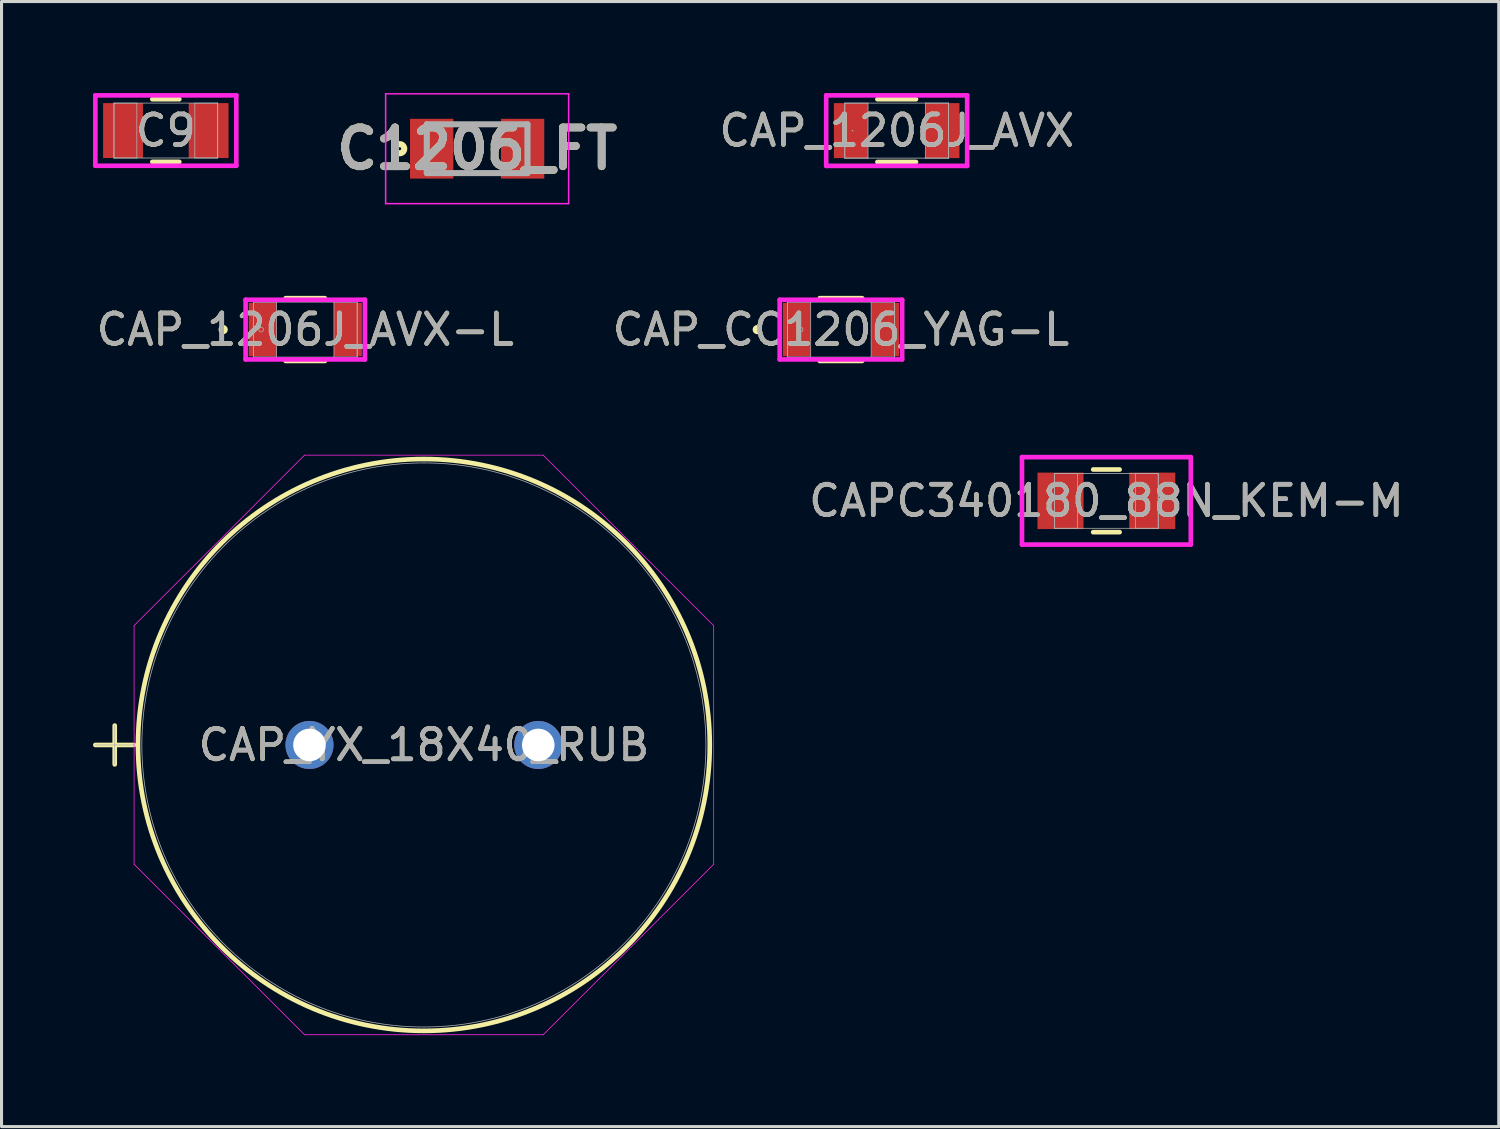
<source format=kicad_pcb>
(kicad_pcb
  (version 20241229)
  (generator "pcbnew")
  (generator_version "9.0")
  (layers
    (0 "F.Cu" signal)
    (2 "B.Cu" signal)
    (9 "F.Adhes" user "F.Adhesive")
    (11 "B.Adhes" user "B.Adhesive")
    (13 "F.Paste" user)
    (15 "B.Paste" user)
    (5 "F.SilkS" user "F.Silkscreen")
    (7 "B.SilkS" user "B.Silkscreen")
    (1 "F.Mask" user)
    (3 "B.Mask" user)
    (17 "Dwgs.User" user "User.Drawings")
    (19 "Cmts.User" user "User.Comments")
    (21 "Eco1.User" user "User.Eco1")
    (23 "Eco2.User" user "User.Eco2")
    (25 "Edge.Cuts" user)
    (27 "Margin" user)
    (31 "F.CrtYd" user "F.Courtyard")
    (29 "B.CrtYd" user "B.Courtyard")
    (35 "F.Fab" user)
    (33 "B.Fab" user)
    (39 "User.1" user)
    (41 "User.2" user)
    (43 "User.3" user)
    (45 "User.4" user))
  (footprint "CAP_CC1206_YAG-L"
    (layer "F.Cu")
    (at 24.518 7.755)
    (property "Reference" "CAP_CC1206_YAG-L" (at 0 0 0) (unlocked yes) (layer "F.SilkS") (effects (font (size 1 1) (thickness 0.15))))
    (attr smd)
    (fp_line (start -0.695 1.029) (end 0.695 1.029) (stroke (width 0.152) (type solid)) (layer "F.SilkS"))
    (fp_line (start 0.695 -1.029) (end -0.695 -1.029) (stroke (width 0.152) (type solid)) (layer "F.SilkS"))
    (fp_circle (center -2.743 0) (end -2.667 0) (stroke (width 0.152) (type solid)) (fill no) (layer "F.SilkS"))
    (fp_line (start -2.007 -0.978) (end 2.007 -0.978) (stroke (width 0.152) (type solid)) (layer "F.CrtYd"))
    (fp_line (start -2.007 0.978) (end -2.007 -0.978) (stroke (width 0.152) (type solid)) (layer "F.CrtYd"))
    (fp_line (start 2.007 -0.978) (end 2.007 0.978) (stroke (width 0.152) (type solid)) (layer "F.CrtYd"))
    (fp_line (start 2.007 0.978) (end -2.007 0.978) (stroke (width 0.152) (type solid)) (layer "F.CrtYd"))
    (fp_line (start -1.753 -0.902) (end -1.753 0.902) (stroke (width 0.025) (type solid)) (layer "F.Fab"))
    (fp_line (start -1.753 -0.902) (end -1.753 0.902) (stroke (width 0.025) (type solid)) (layer "F.Fab"))
    (fp_line (start -1.753 0.902) (end -0.991 0.902) (stroke (width 0.025) (type solid)) (layer "F.Fab"))
    (fp_line (start -1.753 0.902) (end 1.753 0.902) (stroke (width 0.025) (type solid)) (layer "F.Fab"))
    (fp_line (start -0.991 -0.902) (end -1.753 -0.902) (stroke (width 0.025) (type solid)) (layer "F.Fab"))
    (fp_line (start -0.991 0.902) (end -0.991 -0.902) (stroke (width 0.025) (type solid)) (layer "F.Fab"))
    (fp_line (start 0.991 -0.902) (end 0.991 0.902) (stroke (width 0.025) (type solid)) (layer "F.Fab"))
    (fp_line (start 0.991 0.902) (end 1.753 0.902) (stroke (width 0.025) (type solid)) (layer "F.Fab"))
    (fp_line (start 1.753 -0.902) (end -1.753 -0.902) (stroke (width 0.025) (type solid)) (layer "F.Fab"))
    (fp_line (start 1.753 -0.902) (end 0.991 -0.902) (stroke (width 0.025) (type solid)) (layer "F.Fab"))
    (fp_line (start 1.753 0.902) (end 1.753 -0.902) (stroke (width 0.025) (type solid)) (layer "F.Fab"))
    (fp_line (start 1.753 0.902) (end 1.753 -0.902) (stroke (width 0.025) (type solid)) (layer "F.Fab"))
    (fp_circle (center -1.321 0) (end -1.245 0) (stroke (width 0.025) (type solid)) (fill no) (layer "F.Fab"))
    (fp_text user "${REFERENCE}" (at 0 0 0) (unlocked yes) (layer "F.Fab") (effects (font (size 1 1) (thickness 0.15))))
    (pad "1" smd rect (at -1.448 0) (size 0.914 1.753) (layers "F.Cu" "F.Mask" "F.Paste"))
    (pad "2" smd rect (at 1.448 0) (size 0.914 1.753) (layers "F.Cu" "F.Mask" "F.Paste"))
    (zone (net_name "") (layer "F.Cu") (hatch full 0.508) (connect_pads) (min_thickness 0.254) (filled_areas_thickness no) (keepout (tracks not_allowed) (vias not_allowed) (pads allowed) (copperpour not_allowed) (footprints allowed)) (placement (enabled no)) (fill) (polygon (pts (xy 23.578 6.904) (xy 25.458 6.904) (xy 25.458 8.606) (xy 23.578 8.606)))))
  (footprint "CAPC340180_88N_KEM-M"
    (layer "F.Cu")
    (at 33.221 13.369)
    (property "Reference" "CAPC340180_88N_KEM-M" (at 0 0 0) (unlocked yes) (layer "F.SilkS") (effects (font (size 1 1) (thickness 0.15))))
    (attr smd)
    (fp_line (start -0.433 1.027) (end 0.433 1.027) (stroke (width 0.152) (type solid)) (layer "F.SilkS"))
    (fp_line (start 0.433 -1.027) (end -0.433 -1.027) (stroke (width 0.152) (type solid)) (layer "F.SilkS"))
    (fp_line (start -2.767 -1.433) (end 2.767 -1.433) (stroke (width 0.152) (type solid)) (layer "F.CrtYd"))
    (fp_line (start -2.767 1.433) (end -2.767 -1.433) (stroke (width 0.152) (type solid)) (layer "F.CrtYd"))
    (fp_line (start 2.767 -1.433) (end 2.767 1.433) (stroke (width 0.152) (type solid)) (layer "F.CrtYd"))
    (fp_line (start 2.767 1.433) (end -2.767 1.433) (stroke (width 0.152) (type solid)) (layer "F.CrtYd"))
    (fp_line (start -1.7 -0.9) (end -1.7 0.9) (stroke (width 0.025) (type solid)) (layer "F.Fab"))
    (fp_line (start -1.7 -0.9) (end -1.7 0.9) (stroke (width 0.025) (type solid)) (layer "F.Fab"))
    (fp_line (start -1.7 0.9) (end -0.95 0.9) (stroke (width 0.025) (type solid)) (layer "F.Fab"))
    (fp_line (start -1.7 0.9) (end 1.7 0.9) (stroke (width 0.025) (type solid)) (layer "F.Fab"))
    (fp_line (start -0.95 -0.9) (end -1.7 -0.9) (stroke (width 0.025) (type solid)) (layer "F.Fab"))
    (fp_line (start -0.95 0.9) (end -0.95 -0.9) (stroke (width 0.025) (type solid)) (layer "F.Fab"))
    (fp_line (start 0.95 -0.9) (end 0.95 0.9) (stroke (width 0.025) (type solid)) (layer "F.Fab"))
    (fp_line (start 0.95 0.9) (end 1.7 0.9) (stroke (width 0.025) (type solid)) (layer "F.Fab"))
    (fp_line (start 1.7 -0.9) (end -1.7 -0.9) (stroke (width 0.025) (type solid)) (layer "F.Fab"))
    (fp_line (start 1.7 -0.9) (end 0.95 -0.9) (stroke (width 0.025) (type solid)) (layer "F.Fab"))
    (fp_line (start 1.7 0.9) (end 1.7 -0.9) (stroke (width 0.025) (type solid)) (layer "F.Fab"))
    (fp_line (start 1.7 0.9) (end 1.7 -0.9) (stroke (width 0.025) (type solid)) (layer "F.Fab"))
    (fp_text user "${REFERENCE}" (at 0 0 0) (unlocked yes) (layer "F.Fab") (effects (font (size 1 1) (thickness 0.15))))
    (pad "1" smd rect (at -1.504 0) (size 1.509 1.851) (layers "F.Cu" "F.Mask" "F.Paste"))
    (pad "2" smd rect (at 1.504 0) (size 1.509 1.851) (layers "F.Cu" "F.Mask" "F.Paste"))
    (zone (net_name "") (layer "F.Cu") (hatch full 0.508) (connect_pads) (min_thickness 0.254) (filled_areas_thickness no) (keepout (tracks not_allowed) (vias not_allowed) (pads allowed) (copperpour not_allowed) (footprints allowed)) (placement (enabled no)) (fill) (polygon (pts (xy 32.522 12.52) (xy 33.92 12.52) (xy 33.92 14.219) (xy 32.522 14.219)))))
  (footprint "CAP_YX_18X40_RUB"
    (layer "F.Cu")
    (at 7.096 21.372)
    (property "Reference" "CAP_YX_18X40_RUB" (at 3.75 0 0) (unlocked yes) (layer "F.SilkS") (effects (font (size 1 1) (thickness 0.15))))
    (attr through_hole)
    (fp_line (start -7.02 0) (end -5.75 0) (stroke (width 0.152) (type solid)) (layer "F.SilkS"))
    (fp_line (start -6.385 -0.635) (end -6.385 0.635) (stroke (width 0.152) (type solid)) (layer "F.SilkS"))
    (fp_circle (center 3.75 0) (end 13.123 0) (stroke (width 0.152) (type solid)) (fill no) (layer "F.SilkS"))
    (fp_line (start -5.75 -3.912) (end -0.162 -9.5) (stroke (width 0.025) (type solid)) (layer "F.CrtYd"))
    (fp_line (start -5.75 3.912) (end -5.75 -3.912) (stroke (width 0.025) (type solid)) (layer "F.CrtYd"))
    (fp_line (start -0.162 -9.5) (end 7.662 -9.5) (stroke (width 0.025) (type solid)) (layer "F.CrtYd"))
    (fp_line (start -0.162 9.5) (end -5.75 3.912) (stroke (width 0.025) (type solid)) (layer "F.CrtYd"))
    (fp_line (start 7.662 -9.5) (end 13.25 -3.912) (stroke (width 0.025) (type solid)) (layer "F.CrtYd"))
    (fp_line (start 7.662 9.5) (end -0.162 9.5) (stroke (width 0.025) (type solid)) (layer "F.CrtYd"))
    (fp_line (start 13.25 -3.912) (end 13.25 3.912) (stroke (width 0.025) (type solid)) (layer "F.CrtYd"))
    (fp_line (start 13.25 3.912) (end 7.662 9.5) (stroke (width 0.025) (type solid)) (layer "F.CrtYd"))
    (fp_line (start -7.02 0) (end -5.75 0) (stroke (width 0.025) (type solid)) (layer "F.Fab"))
    (fp_line (start -6.385 -0.635) (end -6.385 0.635) (stroke (width 0.025) (type solid)) (layer "F.Fab"))
    (fp_circle (center 3.75 0) (end 12.996 0) (stroke (width 0.025) (type solid)) (fill no) (layer "F.Fab"))
    (fp_text user "${REFERENCE}" (at 3.75 0 0) (unlocked yes) (layer "F.Fab") (effects (font (size 1 1) (thickness 0.15))))
    (pad "1" thru_hole circle (at 0 0) (size 1.575 1.575) (drill 1.067) (layers "*.Cu" "*.Mask"))
    (pad "2" thru_hole circle (at 7.5 0) (size 1.575 1.575) (drill 1.067) (layers "*.Cu" "*.Mask")))
  (footprint "C9"
    (layer "F.Cu")
    (at 2.386 1.23)
    (property "Reference" "C9" (at 0 0 0) (unlocked yes) (layer "F.SilkS") (effects (font (size 1 1) (thickness 0.15))))
    (attr smd)
    (fp_line (start -0.442 1.027) (end 0.442 1.027) (stroke (width 0.152) (type solid)) (layer "F.SilkS"))
    (fp_line (start 0.442 -1.027) (end -0.442 -1.027) (stroke (width 0.152) (type solid)) (layer "F.SilkS"))
    (fp_line (start -2.31 -1.154) (end 2.31 -1.154) (stroke (width 0.152) (type solid)) (layer "F.CrtYd"))
    (fp_line (start -2.31 1.154) (end -2.31 -1.154) (stroke (width 0.152) (type solid)) (layer "F.CrtYd"))
    (fp_line (start 2.31 -1.154) (end 2.31 1.154) (stroke (width 0.152) (type solid)) (layer "F.CrtYd"))
    (fp_line (start 2.31 1.154) (end -2.31 1.154) (stroke (width 0.152) (type solid)) (layer "F.CrtYd"))
    (fp_line (start -1.7 -0.9) (end -1.7 0.9) (stroke (width 0.025) (type solid)) (layer "F.Fab"))
    (fp_line (start -1.7 -0.9) (end -1.7 0.9) (stroke (width 0.025) (type solid)) (layer "F.Fab"))
    (fp_line (start -1.7 0.9) (end -0.95 0.9) (stroke (width 0.025) (type solid)) (layer "F.Fab"))
    (fp_line (start -1.7 0.9) (end 1.7 0.9) (stroke (width 0.025) (type solid)) (layer "F.Fab"))
    (fp_line (start -0.95 -0.9) (end -1.7 -0.9) (stroke (width 0.025) (type solid)) (layer "F.Fab"))
    (fp_line (start -0.95 0.9) (end -0.95 -0.9) (stroke (width 0.025) (type solid)) (layer "F.Fab"))
    (fp_line (start 0.95 -0.9) (end 0.95 0.9) (stroke (width 0.025) (type solid)) (layer "F.Fab"))
    (fp_line (start 0.95 0.9) (end 1.7 0.9) (stroke (width 0.025) (type solid)) (layer "F.Fab"))
    (fp_line (start 1.7 -0.9) (end -1.7 -0.9) (stroke (width 0.025) (type solid)) (layer "F.Fab"))
    (fp_line (start 1.7 -0.9) (end 0.95 -0.9) (stroke (width 0.025) (type solid)) (layer "F.Fab"))
    (fp_line (start 1.7 0.9) (end 1.7 -0.9) (stroke (width 0.025) (type solid)) (layer "F.Fab"))
    (fp_line (start 1.7 0.9) (end 1.7 -0.9) (stroke (width 0.025) (type solid)) (layer "F.Fab"))
    (fp_text user "${REFERENCE}" (at 0 0 0) (unlocked yes) (layer "F.Fab") (effects (font (size 1 1) (thickness 0.15))))
    (pad "1" smd rect (at -1.403 0) (size 1.306 1.8) (layers "F.Cu" "F.Mask" "F.Paste"))
    (pad "2" smd rect (at 1.403 0) (size 1.306 1.8) (layers "F.Cu" "F.Mask" "F.Paste"))
    (zone (net_name "") (layer "F.Cu") (hatch full 0.508) (connect_pads) (min_thickness 0.254) (filled_areas_thickness no) (keepout (tracks not_allowed) (vias not_allowed) (pads allowed) (copperpour not_allowed) (footprints allowed)) (placement (enabled no)) (fill) (polygon (pts (xy 1.687 0.381) (xy 3.085 0.381) (xy 3.085 2.079) (xy 1.687 2.079)))))
  (footprint "CAP_1206J_AVX"
    (layer "F.Cu")
    (at 26.346 1.232)
    (property "Reference" "CAP_1206J_AVX" (at 0 0 0) (unlocked yes) (layer "F.SilkS") (effects (font (size 1 1) (thickness 0.15))))
    (attr smd)
    (fp_line (start -0.632 1.029) (end 0.632 1.029) (stroke (width 0.152) (type solid)) (layer "F.SilkS"))
    (fp_line (start 0.632 -1.029) (end -0.632 -1.029) (stroke (width 0.152) (type solid)) (layer "F.SilkS"))
    (fp_line (start -2.311 -1.156) (end 2.311 -1.156) (stroke (width 0.152) (type solid)) (layer "F.CrtYd"))
    (fp_line (start -2.311 1.156) (end -2.311 -1.156) (stroke (width 0.152) (type solid)) (layer "F.CrtYd"))
    (fp_line (start 2.311 -1.156) (end 2.311 1.156) (stroke (width 0.152) (type solid)) (layer "F.CrtYd"))
    (fp_line (start 2.311 1.156) (end -2.311 1.156) (stroke (width 0.152) (type solid)) (layer "F.CrtYd"))
    (fp_line (start -1.702 -0.902) (end -1.702 0.902) (stroke (width 0.025) (type solid)) (layer "F.Fab"))
    (fp_line (start -1.702 -0.902) (end -1.702 0.902) (stroke (width 0.025) (type solid)) (layer "F.Fab"))
    (fp_line (start -1.702 0.902) (end -0.94 0.902) (stroke (width 0.025) (type solid)) (layer "F.Fab"))
    (fp_line (start -1.702 0.902) (end 1.702 0.902) (stroke (width 0.025) (type solid)) (layer "F.Fab"))
    (fp_line (start -0.94 -0.902) (end -1.702 -0.902) (stroke (width 0.025) (type solid)) (layer "F.Fab"))
    (fp_line (start -0.94 0.902) (end -0.94 -0.902) (stroke (width 0.025) (type solid)) (layer "F.Fab"))
    (fp_line (start 0.94 -0.902) (end 0.94 0.902) (stroke (width 0.025) (type solid)) (layer "F.Fab"))
    (fp_line (start 0.94 0.902) (end 1.702 0.902) (stroke (width 0.025) (type solid)) (layer "F.Fab"))
    (fp_line (start 1.702 -0.902) (end -1.702 -0.902) (stroke (width 0.025) (type solid)) (layer "F.Fab"))
    (fp_line (start 1.702 -0.902) (end 0.94 -0.902) (stroke (width 0.025) (type solid)) (layer "F.Fab"))
    (fp_line (start 1.702 0.902) (end 1.702 -0.902) (stroke (width 0.025) (type solid)) (layer "F.Fab"))
    (fp_line (start 1.702 0.902) (end 1.702 -0.902) (stroke (width 0.025) (type solid)) (layer "F.Fab"))
    (fp_circle (center -1.448 0) (end -1.448 0) (stroke (width 0.025) (type solid)) (fill no) (layer "F.Fab"))
    (fp_text user "${REFERENCE}" (at 0 0 0) (unlocked yes) (layer "F.Fab") (effects (font (size 1 1) (thickness 0.15))))
    (pad "1" smd rect (at -1.499 0) (size 1.118 1.803) (layers "F.Cu" "F.Mask" "F.Paste"))
    (pad "2" smd rect (at 1.499 0) (size 1.118 1.803) (layers "F.Cu" "F.Mask" "F.Paste"))
    (zone (net_name "") (layer "F.Cu") (hatch full 0.508) (connect_pads) (min_thickness 0.254) (filled_areas_thickness no) (keepout (tracks not_allowed) (vias not_allowed) (pads allowed) (copperpour not_allowed) (footprints allowed)) (placement (enabled no)) (fill) (polygon (pts (xy 25.457 0.381) (xy 27.235 0.381) (xy 27.235 2.083) (xy 25.457 2.083)))))
  (footprint "C1206_FT"
    (layer "F.Cu")
    (at 12.592 1.825)
    (property "Reference" "C1206_FT" (at 0 0 0) (layer "F.SilkS") (effects (font (size 1.27 1.27) (thickness 0.254))))
    (attr smd)
    (fp_circle (center -2.54 0) (end -2.54 0.05) (stroke (width 0.2) (type solid)) (fill no) (layer "F.SilkS"))
    (fp_line (start -3 -1.8) (end 3 -1.8) (stroke (width 0.05) (type solid)) (layer "F.CrtYd"))
    (fp_line (start -3 1.8) (end -3 -1.8) (stroke (width 0.05) (type solid)) (layer "F.CrtYd"))
    (fp_line (start 3 -1.8) (end 3 1.8) (stroke (width 0.05) (type solid)) (layer "F.CrtYd"))
    (fp_line (start 3 1.8) (end -3 1.8) (stroke (width 0.05) (type solid)) (layer "F.CrtYd"))
    (fp_line (start -1.65 -0.8) (end 1.65 -0.8) (stroke (width 0.2) (type solid)) (layer "F.Fab"))
    (fp_line (start -1.65 0.8) (end -1.65 -0.8) (stroke (width 0.2) (type solid)) (layer "F.Fab"))
    (fp_line (start 1.65 -0.8) (end 1.65 0.8) (stroke (width 0.2) (type solid)) (layer "F.Fab"))
    (fp_line (start 1.65 0.8) (end -1.65 0.8) (stroke (width 0.2) (type solid)) (layer "F.Fab"))
    (fp_text user "${REFERENCE}" (at 0 0 0) (layer "F.Fab") (effects (font (size 1.27 1.27) (thickness 0.254))))
    (pad "1" smd rect (at -1.49 0) (size 1.42 1.96) (layers "F.Cu" "F.Mask" "F.Paste"))
    (pad "2" smd rect (at 1.49 0) (size 1.42 1.96) (layers "F.Cu" "F.Mask" "F.Paste")))
  (footprint "CAP_1206J_AVX-L"
    (layer "F.Cu")
    (at 6.958 7.755)
    (property "Reference" "CAP_1206J_AVX-L" (at 0 0 0) (unlocked yes) (layer "F.SilkS") (effects (font (size 1 1) (thickness 0.15))))
    (attr smd)
    (fp_line (start -0.644 1.029) (end 0.644 1.029) (stroke (width 0.152) (type solid)) (layer "F.SilkS"))
    (fp_line (start 0.644 -1.029) (end -0.644 -1.029) (stroke (width 0.152) (type solid)) (layer "F.SilkS"))
    (fp_circle (center -2.692 0) (end -2.616 0) (stroke (width 0.152) (type solid)) (fill no) (layer "F.SilkS"))
    (fp_line (start -1.956 -0.978) (end 1.956 -0.978) (stroke (width 0.152) (type solid)) (layer "F.CrtYd"))
    (fp_line (start -1.956 0.978) (end -1.956 -0.978) (stroke (width 0.152) (type solid)) (layer "F.CrtYd"))
    (fp_line (start 1.956 -0.978) (end 1.956 0.978) (stroke (width 0.152) (type solid)) (layer "F.CrtYd"))
    (fp_line (start 1.956 0.978) (end -1.956 0.978) (stroke (width 0.152) (type solid)) (layer "F.CrtYd"))
    (fp_line (start -1.702 -0.902) (end -1.702 0.902) (stroke (width 0.025) (type solid)) (layer "F.Fab"))
    (fp_line (start -1.702 -0.902) (end -1.702 0.902) (stroke (width 0.025) (type solid)) (layer "F.Fab"))
    (fp_line (start -1.702 0.902) (end -0.94 0.902) (stroke (width 0.025) (type solid)) (layer "F.Fab"))
    (fp_line (start -1.702 0.902) (end 1.702 0.902) (stroke (width 0.025) (type solid)) (layer "F.Fab"))
    (fp_line (start -0.94 -0.902) (end -1.702 -0.902) (stroke (width 0.025) (type solid)) (layer "F.Fab"))
    (fp_line (start -0.94 0.902) (end -0.94 -0.902) (stroke (width 0.025) (type solid)) (layer "F.Fab"))
    (fp_line (start 0.94 -0.902) (end 0.94 0.902) (stroke (width 0.025) (type solid)) (layer "F.Fab"))
    (fp_line (start 0.94 0.902) (end 1.702 0.902) (stroke (width 0.025) (type solid)) (layer "F.Fab"))
    (fp_line (start 1.702 -0.902) (end -1.702 -0.902) (stroke (width 0.025) (type solid)) (layer "F.Fab"))
    (fp_line (start 1.702 -0.902) (end 0.94 -0.902) (stroke (width 0.025) (type solid)) (layer "F.Fab"))
    (fp_line (start 1.702 0.902) (end 1.702 -0.902) (stroke (width 0.025) (type solid)) (layer "F.Fab"))
    (fp_line (start 1.702 0.902) (end 1.702 -0.902) (stroke (width 0.025) (type solid)) (layer "F.Fab"))
    (fp_circle (center -1.448 0) (end -1.372 0) (stroke (width 0.025) (type solid)) (fill no) (layer "F.Fab"))
    (fp_text user "${REFERENCE}" (at 0 0 0) (unlocked yes) (layer "F.Fab") (effects (font (size 1 1) (thickness 0.15))))
    (pad "1" smd rect (at -1.397 0) (size 0.914 1.753) (layers "F.Cu" "F.Mask" "F.Paste"))
    (pad "2" smd rect (at 1.397 0) (size 0.914 1.753) (layers "F.Cu" "F.Mask" "F.Paste"))
    (zone (net_name "") (layer "F.Cu") (hatch full 0.508) (connect_pads) (min_thickness 0.254) (filled_areas_thickness no) (keepout (tracks not_allowed) (vias not_allowed) (pads allowed) (copperpour not_allowed) (footprints allowed)) (placement (enabled no)) (fill) (polygon (pts (xy 6.069 6.904) (xy 7.847 6.904) (xy 7.847 8.606) (xy 6.069 8.606)))))
  (gr_rect
    (start -3 -3)
    (end 46.084 33.884)
    (stroke (width 0.1) (type default))
    (fill no)
    (layer "Edge.Cuts")))
</source>
